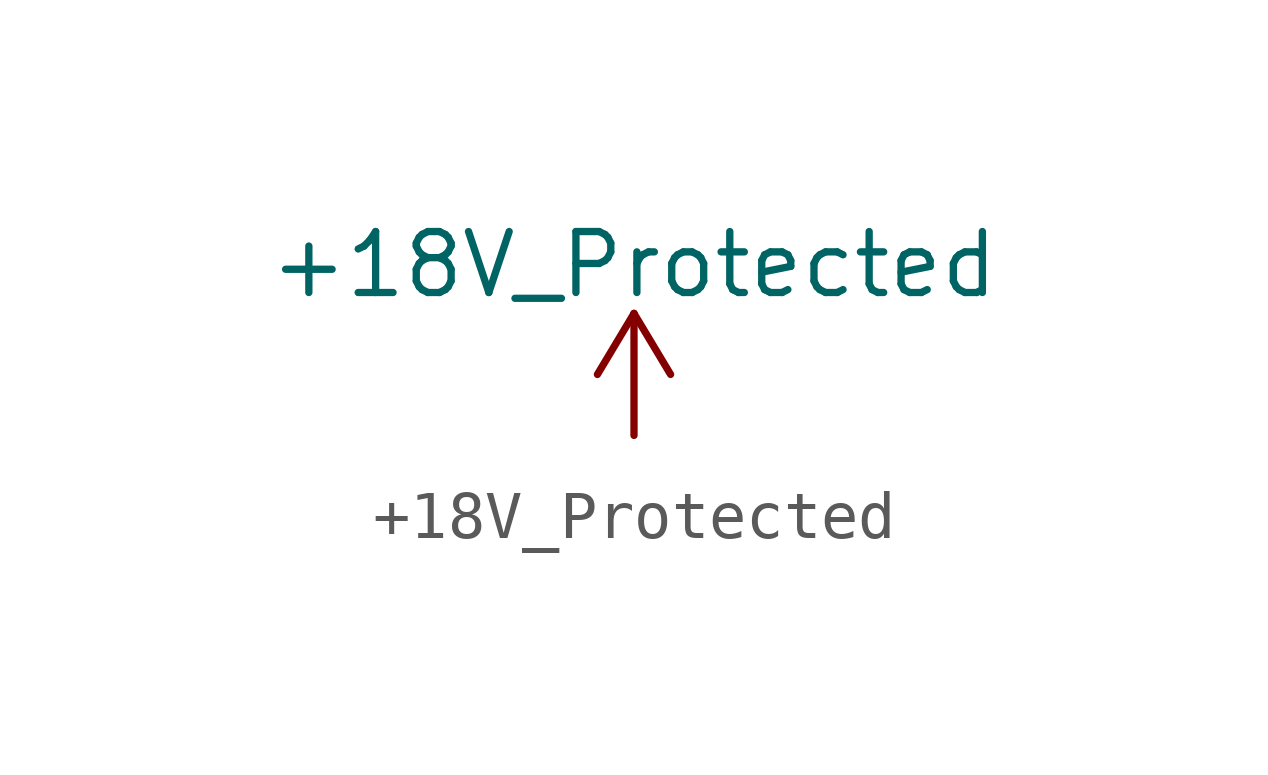
<source format=kicad_sym>
(kicad_symbol_lib
  (version 20220914)
  (generator kicad_symbol_editor)
  (symbol "+18V_Protected"
    (power)
    (pin_names
      (offset 0))
    (property "Reference" "#PWR"
      (at 0 -3.81 0)
      (effects (font (size 1.27 1.27)) hide))
    (property "Value" "+18V_Protected"
      (at 0 3.556 0)
      (effects (font (size 1.27 1.27))))
    (symbol "+18V_Protected_0_1"
      (polyline (pts (xy -0.762 1.27) (xy 0 2.54)) (stroke (width 0) (type default)) (fill (type none)))
      (polyline (pts (xy 0 0) (xy 0 2.54)) (stroke (width 0) (type default)) (fill (type none)))
      (polyline (pts (xy 0 2.54) (xy 0.762 1.27)) (stroke (width 0) (type default)) (fill (type none))))
    (symbol "+18V_Protected_1_1"
      (pin power_in line (at 0 0 90) (length 0) hide (name "+18V_Protected" (effects (font (size 1.27 1.27)))) (number "1" (effects (font (size 1.27 1.27))))))))
</source>
